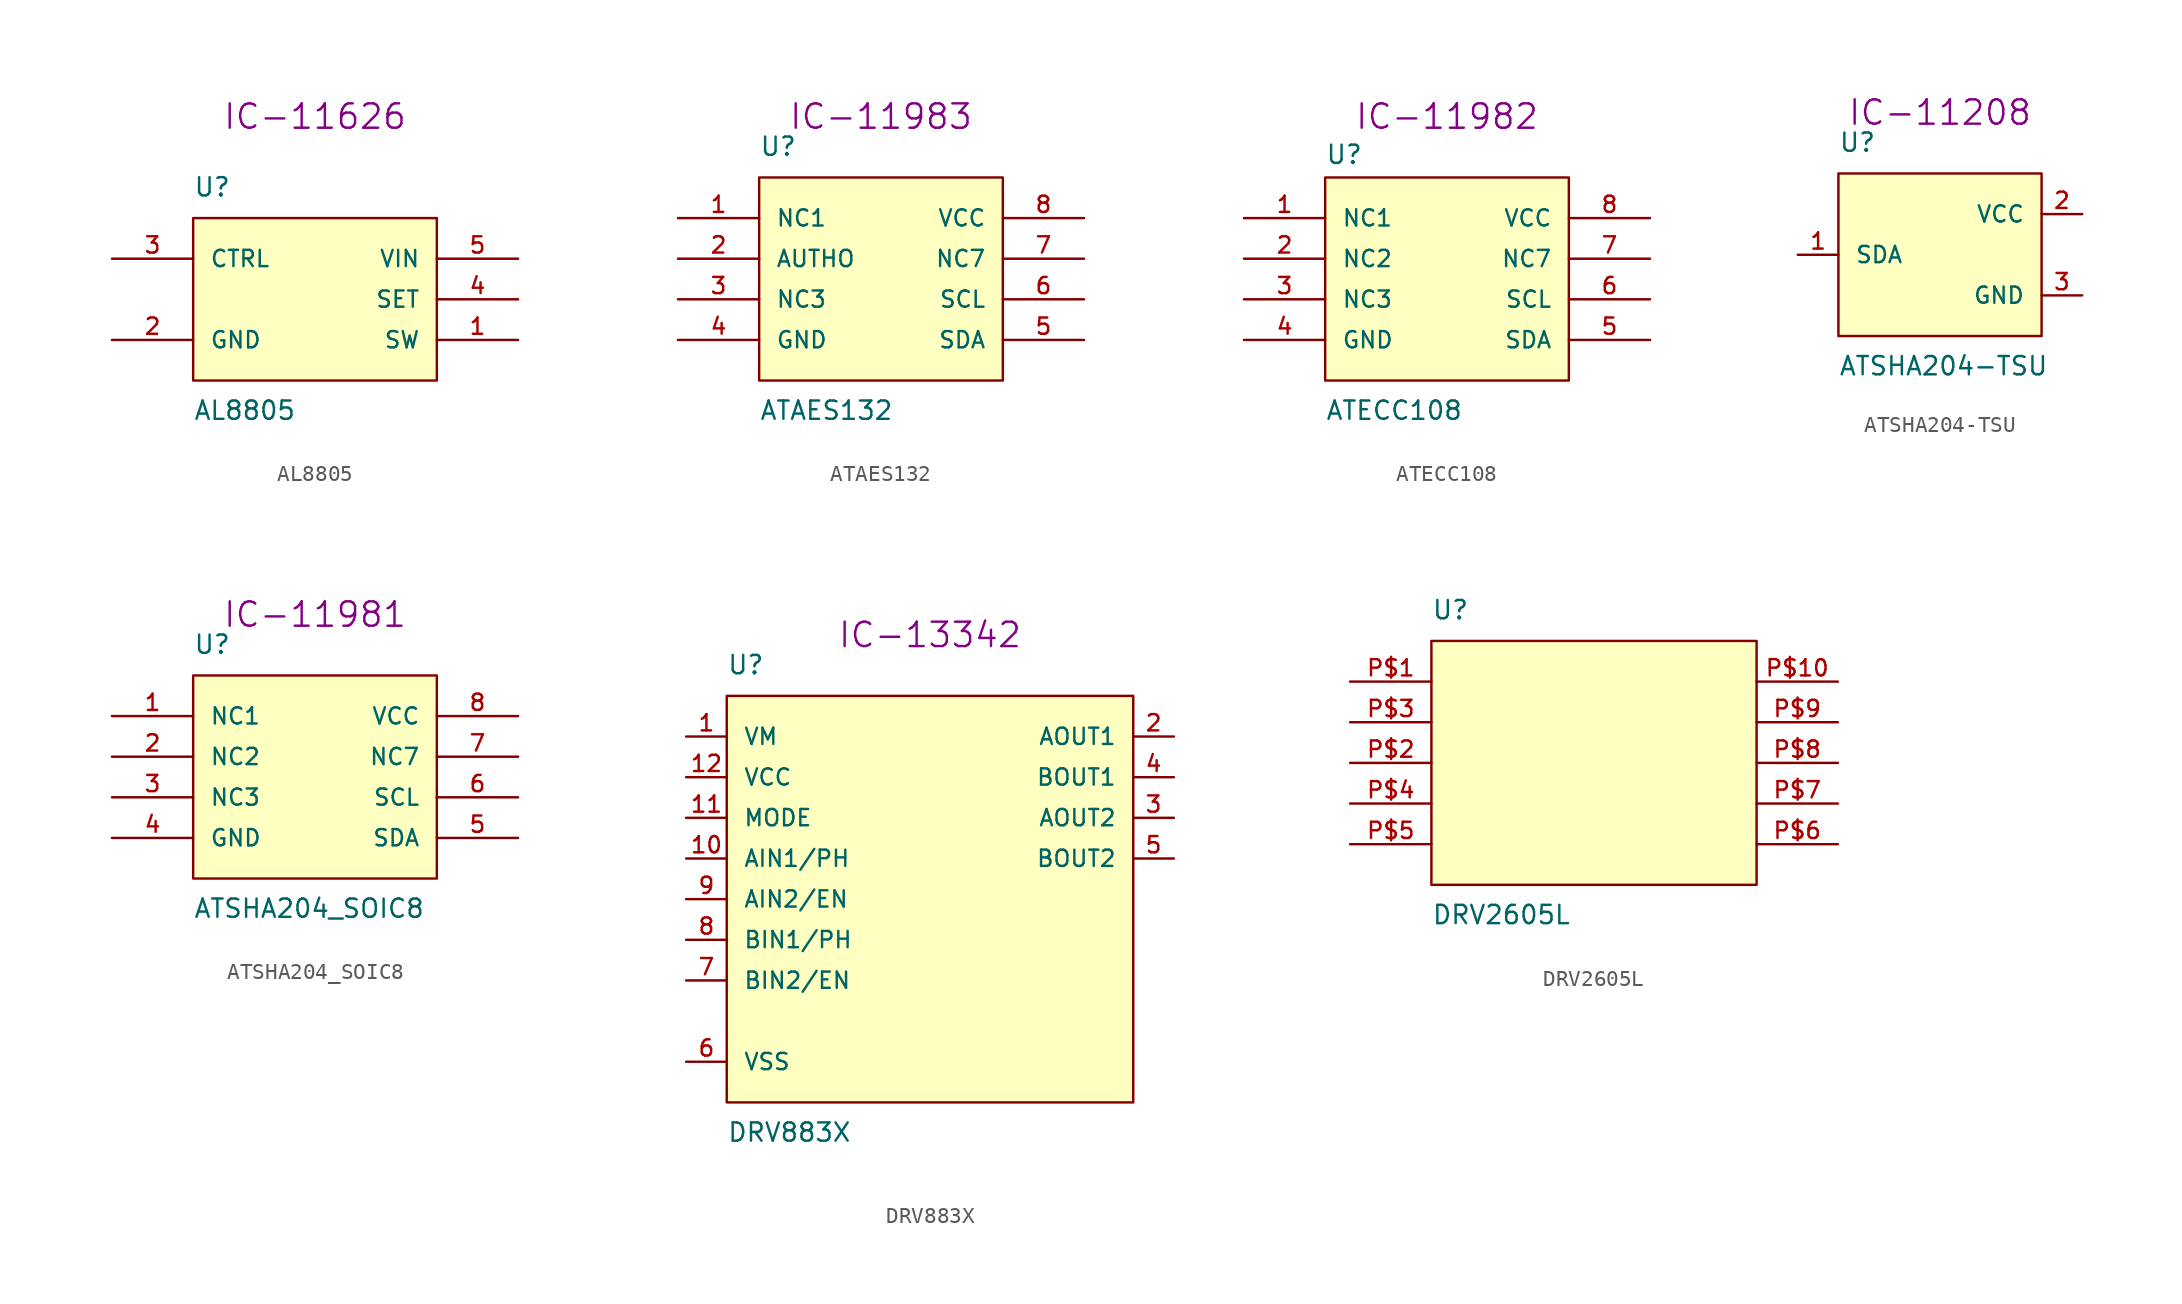
<source format=kicad_sym>
(kicad_symbol_lib
  (version 20220914)
  (generator kicad_symbol_editor)
  (symbol "AL8805"
    (pin_names
      (offset 1.016))
    (property "Reference" "U"
      (at -7.62 6.35 0)
      (effects (font (size 1.143 1.143)) (justify left bottom)))
    (property "Value" "AL8805"
      (at -7.62 -7.62 0)
      (effects (font (size 1.143 1.143)) (justify left bottom)))
    (property "Field4" "IC-11626"
      (at 0 11.43 0)
      (effects (font (size 1.524 1.524))))
    (property "ki_locked" ""
      (at 0 0 0)
      (effects (font (size 1.27 1.27))))
    (symbol "AL8805_1_1"
      (polyline (pts (xy -7.62 -5.08) (xy -7.62 5.08) (xy 7.62 5.08) (xy 7.62 -5.08) (xy -7.62 -5.08)) (stroke (width 0) (type solid)) (fill (type background)))
      (pin bidirectional line (at 12.7 -2.54 180) (length 5.08) (name "SW" (effects (font (size 1.016 1.016)))) (number "1" (effects (font (size 1.016 1.016)))))
      (pin bidirectional line (at -12.7 -2.54 0) (length 5.08) (name "GND" (effects (font (size 1.016 1.016)))) (number "2" (effects (font (size 1.016 1.016)))))
      (pin bidirectional line (at -12.7 2.54 0) (length 5.08) (name "CTRL" (effects (font (size 1.016 1.016)))) (number "3" (effects (font (size 1.016 1.016)))))
      (pin bidirectional line (at 12.7 0 180) (length 5.08) (name "SET" (effects (font (size 1.016 1.016)))) (number "4" (effects (font (size 1.016 1.016)))))
      (pin bidirectional line (at 12.7 2.54 180) (length 5.08) (name "VIN" (effects (font (size 1.016 1.016)))) (number "5" (effects (font (size 1.016 1.016)))))))
  (symbol "ATAES132"
    (pin_names
      (offset 1.016))
    (property "Reference" "U"
      (at -7.62 6.35 0)
      (effects (font (size 1.143 1.143)) (justify left bottom)))
    (property "Value" "ATAES132"
      (at -7.62 -10.16 0)
      (effects (font (size 1.143 1.143)) (justify left bottom)))
    (property "Field4" "IC-11983"
      (at 0 8.89 0)
      (effects (font (size 1.524 1.524))))
    (property "ki_locked" ""
      (at 0 0 0)
      (effects (font (size 1.27 1.27))))
    (symbol "ATAES132_1_1"
      (polyline (pts (xy 7.62 -7.62) (xy -7.62 -7.62) (xy -7.62 5.08) (xy 7.62 5.08) (xy 7.62 -7.62)) (stroke (width 0) (type solid)) (fill (type background)))
      (pin unspecified line (at -12.7 2.54 0) (length 5.08) (name "NC1" (effects (font (size 1.016 1.016)))) (number "1" (effects (font (size 1.016 1.016)))))
      (pin bidirectional line (at -12.7 0 0) (length 5.08) (name "AUTHO" (effects (font (size 1.016 1.016)))) (number "2" (effects (font (size 1.016 1.016)))))
      (pin unspecified line (at -12.7 -2.54 0) (length 5.08) (name "NC3" (effects (font (size 1.016 1.016)))) (number "3" (effects (font (size 1.016 1.016)))))
      (pin power_in line (at -12.7 -5.08 0) (length 5.08) (name "GND" (effects (font (size 1.016 1.016)))) (number "4" (effects (font (size 1.016 1.016)))))
      (pin bidirectional line (at 12.7 -5.08 180) (length 5.08) (name "SDA" (effects (font (size 1.016 1.016)))) (number "5" (effects (font (size 1.016 1.016)))))
      (pin bidirectional line (at 12.7 -2.54 180) (length 5.08) (name "SCL" (effects (font (size 1.016 1.016)))) (number "6" (effects (font (size 1.016 1.016)))))
      (pin unspecified line (at 12.7 0 180) (length 5.08) (name "NC7" (effects (font (size 1.016 1.016)))) (number "7" (effects (font (size 1.016 1.016)))))
      (pin power_in line (at 12.7 2.54 180) (length 5.08) (name "VCC" (effects (font (size 1.016 1.016)))) (number "8" (effects (font (size 1.016 1.016)))))))
  (symbol "ATECC108"
    (pin_names
      (offset 1.016))
    (property "Reference" "U"
      (at -7.62 5.842 0)
      (effects (font (size 1.143 1.143)) (justify left bottom)))
    (property "Value" "ATECC108"
      (at -7.62 -10.16 0)
      (effects (font (size 1.143 1.143)) (justify left bottom)))
    (property "Field4" "IC-11982"
      (at 0 8.89 0)
      (effects (font (size 1.524 1.524))))
    (property "ki_locked" ""
      (at 0 0 0)
      (effects (font (size 1.27 1.27))))
    (symbol "ATECC108_1_1"
      (polyline (pts (xy 7.62 -7.62) (xy -7.62 -7.62) (xy -7.62 5.08) (xy 7.62 5.08) (xy 7.62 -7.62)) (stroke (width 0) (type solid)) (fill (type background)))
      (pin bidirectional line (at -12.7 2.54 0) (length 5.08) (name "NC1" (effects (font (size 1.016 1.016)))) (number "1" (effects (font (size 1.016 1.016)))))
      (pin unspecified line (at -12.7 0 0) (length 5.08) (name "NC2" (effects (font (size 1.016 1.016)))) (number "2" (effects (font (size 1.016 1.016)))))
      (pin unspecified line (at -12.7 -2.54 0) (length 5.08) (name "NC3" (effects (font (size 1.016 1.016)))) (number "3" (effects (font (size 1.016 1.016)))))
      (pin power_in line (at -12.7 -5.08 0) (length 5.08) (name "GND" (effects (font (size 1.016 1.016)))) (number "4" (effects (font (size 1.016 1.016)))))
      (pin bidirectional line (at 12.7 -5.08 180) (length 5.08) (name "SDA" (effects (font (size 1.016 1.016)))) (number "5" (effects (font (size 1.016 1.016)))))
      (pin bidirectional line (at 12.7 -2.54 180) (length 5.08) (name "SCL" (effects (font (size 1.016 1.016)))) (number "6" (effects (font (size 1.016 1.016)))))
      (pin unspecified line (at 12.7 0 180) (length 5.08) (name "NC7" (effects (font (size 1.016 1.016)))) (number "7" (effects (font (size 1.016 1.016)))))
      (pin power_in line (at 12.7 2.54 180) (length 5.08) (name "VCC" (effects (font (size 1.016 1.016)))) (number "8" (effects (font (size 1.016 1.016)))))))
  (symbol "ATSHA204-TSU"
    (pin_names
      (offset 1.016))
    (property "Reference" "U"
      (at -6.35 6.35 0)
      (effects (font (size 1.143 1.143)) (justify left bottom)))
    (property "Value" "ATSHA204-TSU"
      (at -6.35 -7.62 0)
      (effects (font (size 1.143 1.143)) (justify left bottom)))
    (property "Field4" "IC-11208"
      (at 0 8.89 0)
      (effects (font (size 1.524 1.524))))
    (property "ki_locked" ""
      (at 0 0 0)
      (effects (font (size 1.27 1.27))))
    (symbol "ATSHA204-TSU_1_1"
      (polyline (pts (xy -6.35 5.08) (xy -6.35 -5.08) (xy 6.35 -5.08) (xy 6.35 5.08) (xy -6.35 5.08)) (stroke (width 0) (type solid)) (fill (type background)))
      (pin bidirectional line (at -8.89 0 0) (length 2.54) (name "SDA" (effects (font (size 1.016 1.016)))) (number "1" (effects (font (size 1.016 1.016)))))
      (pin bidirectional line (at 8.89 2.54 180) (length 2.54) (name "VCC" (effects (font (size 1.016 1.016)))) (number "2" (effects (font (size 1.016 1.016)))))
      (pin bidirectional line (at 8.89 -2.54 180) (length 2.54) (name "GND" (effects (font (size 1.016 1.016)))) (number "3" (effects (font (size 1.016 1.016)))))))
  (symbol "ATSHA204_SOIC8"
    (pin_names
      (offset 1.016))
    (property "Reference" "U"
      (at -7.62 6.35 0)
      (effects (font (size 1.143 1.143)) (justify left bottom)))
    (property "Value" "ATSHA204_SOIC8"
      (at -7.62 -10.16 0)
      (effects (font (size 1.143 1.143)) (justify left bottom)))
    (property "Field4" "IC-11981"
      (at 0 8.89 0)
      (effects (font (size 1.524 1.524))))
    (property "ki_locked" ""
      (at 0 0 0)
      (effects (font (size 1.27 1.27))))
    (symbol "ATSHA204_SOIC8_1_1"
      (polyline (pts (xy 7.62 -7.62) (xy -7.62 -7.62) (xy -7.62 5.08) (xy 7.62 5.08) (xy 7.62 -7.62)) (stroke (width 0) (type solid)) (fill (type background)))
      (pin unspecified line (at -12.7 2.54 0) (length 5.08) (name "NC1" (effects (font (size 1.016 1.016)))) (number "1" (effects (font (size 1.016 1.016)))))
      (pin unspecified line (at -12.7 0 0) (length 5.08) (name "NC2" (effects (font (size 1.016 1.016)))) (number "2" (effects (font (size 1.016 1.016)))))
      (pin unspecified line (at -12.7 -2.54 0) (length 5.08) (name "NC3" (effects (font (size 1.016 1.016)))) (number "3" (effects (font (size 1.016 1.016)))))
      (pin power_in line (at -12.7 -5.08 0) (length 5.08) (name "GND" (effects (font (size 1.016 1.016)))) (number "4" (effects (font (size 1.016 1.016)))))
      (pin bidirectional line (at 12.7 -5.08 180) (length 5.08) (name "SDA" (effects (font (size 1.016 1.016)))) (number "5" (effects (font (size 1.016 1.016)))))
      (pin bidirectional line (at 12.7 -2.54 180) (length 5.08) (name "SCL" (effects (font (size 1.016 1.016)))) (number "6" (effects (font (size 1.016 1.016)))))
      (pin unspecified line (at 12.7 0 180) (length 5.08) (name "NC7" (effects (font (size 1.016 1.016)))) (number "7" (effects (font (size 1.016 1.016)))))
      (pin power_in line (at 12.7 2.54 180) (length 5.08) (name "VCC" (effects (font (size 1.016 1.016)))) (number "8" (effects (font (size 1.016 1.016)))))))
  (symbol "DRV883X"
    (pin_names
      (offset 1.016))
    (property "Reference" "U"
      (at -12.7 13.97 0)
      (effects (font (size 1.143 1.143)) (justify left bottom)))
    (property "Value" "DRV883X"
      (at -12.7 -15.24 0)
      (effects (font (size 1.143 1.143)) (justify left bottom)))
    (property "Field4" "IC-13342"
      (at 0 16.51 0)
      (effects (font (size 1.524 1.524))))
    (property "ki_locked" ""
      (at 0 0 0)
      (effects (font (size 1.27 1.27))))
    (symbol "DRV883X_0_1"
      (rectangle (start -12.7 12.7) (end 12.7 -12.7) (stroke (width 0) (type solid)) (fill (type background))))
    (symbol "DRV883X_1_1"
      (pin bidirectional line (at -15.24 10.16 0) (length 2.54) (name "VM" (effects (font (size 1.016 1.016)))) (number "1" (effects (font (size 1.016 1.016)))))
      (pin bidirectional line (at -15.24 2.54 0) (length 2.54) (name "AIN1/PH" (effects (font (size 1.016 1.016)))) (number "10" (effects (font (size 1.016 1.016)))))
      (pin bidirectional line (at -15.24 5.08 0) (length 2.54) (name "MODE" (effects (font (size 1.016 1.016)))) (number "11" (effects (font (size 1.016 1.016)))))
      (pin bidirectional line (at -15.24 7.62 0) (length 2.54) (name "VCC" (effects (font (size 1.016 1.016)))) (number "12" (effects (font (size 1.016 1.016)))))
      (pin bidirectional line (at 15.24 10.16 180) (length 2.54) (name "AOUT1" (effects (font (size 1.016 1.016)))) (number "2" (effects (font (size 1.016 1.016)))))
      (pin bidirectional line (at 15.24 5.08 180) (length 2.54) (name "AOUT2" (effects (font (size 1.016 1.016)))) (number "3" (effects (font (size 1.016 1.016)))))
      (pin bidirectional line (at 15.24 7.62 180) (length 2.54) (name "BOUT1" (effects (font (size 1.016 1.016)))) (number "4" (effects (font (size 1.016 1.016)))))
      (pin bidirectional line (at 15.24 2.54 180) (length 2.54) (name "BOUT2" (effects (font (size 1.016 1.016)))) (number "5" (effects (font (size 1.016 1.016)))))
      (pin bidirectional line (at -15.24 -10.16 0) (length 2.54) (name "VSS" (effects (font (size 1.016 1.016)))) (number "6" (effects (font (size 1.016 1.016)))))
      (pin bidirectional line (at -15.24 -5.08 0) (length 2.54) (name "BIN2/EN" (effects (font (size 1.016 1.016)))) (number "7" (effects (font (size 1.016 1.016)))))
      (pin bidirectional line (at -15.24 -2.54 0) (length 2.54) (name "BIN1/PH" (effects (font (size 1.016 1.016)))) (number "8" (effects (font (size 1.016 1.016)))))
      (pin bidirectional line (at -15.24 0 0) (length 2.54) (name "AIN2/EN" (effects (font (size 1.016 1.016)))) (number "9" (effects (font (size 1.016 1.016)))))
      (pin bidirectional line (at -15.24 -10.16 0) (length 2.54) hide (name "VSS" (effects (font (size 1.016 1.016)))) (number "PAD" (effects (font (size 1.016 1.016)))))))
  (symbol "DRV2605L"
    (pin_names
      (offset 1.016) hide)
    (property "Reference" "U"
      (at -10.16 8.89 0)
      (effects (font (size 1.143 1.143)) (justify left bottom)))
    (property "Value" "DRV2605L"
      (at -10.16 -10.16 0)
      (effects (font (size 1.143 1.143)) (justify left bottom)))
    (property "ki_locked" ""
      (at 0 0 0)
      (effects (font (size 1.27 1.27))))
    (symbol "DRV2605L_1_1"
      (polyline (pts (xy -10.16 7.62) (xy -10.16 -7.62) (xy 10.16 -7.62) (xy 10.16 7.62) (xy -10.16 7.62)) (stroke (width 0) (type solid)) (fill (type background)))
      (pin bidirectional line (at -15.24 5.08 0) (length 5.08) (name "REG" (effects (font (size 1.016 1.016)))) (number "P$1" (effects (font (size 1.016 1.016)))))
      (pin bidirectional line (at 15.24 5.08 180) (length 5.08) (name "VDD" (effects (font (size 1.016 1.016)))) (number "P$10" (effects (font (size 1.016 1.016)))))
      (pin bidirectional line (at -15.24 0 0) (length 5.08) (name "SCL" (effects (font (size 1.016 1.016)))) (number "P$2" (effects (font (size 1.016 1.016)))))
      (pin bidirectional line (at -15.24 2.54 0) (length 5.08) (name "SDA" (effects (font (size 1.016 1.016)))) (number "P$3" (effects (font (size 1.016 1.016)))))
      (pin bidirectional line (at -15.24 -2.54 0) (length 5.08) (name "IN/TRIG" (effects (font (size 1.016 1.016)))) (number "P$4" (effects (font (size 1.016 1.016)))))
      (pin bidirectional line (at -15.24 -5.08 0) (length 5.08) (name "EN" (effects (font (size 1.016 1.016)))) (number "P$5" (effects (font (size 1.016 1.016)))))
      (pin bidirectional line (at 15.24 -5.08 180) (length 5.08) (name "VDD/NC" (effects (font (size 1.016 1.016)))) (number "P$6" (effects (font (size 1.016 1.016)))))
      (pin bidirectional line (at 15.24 -2.54 180) (length 5.08) (name "OUT+" (effects (font (size 1.016 1.016)))) (number "P$7" (effects (font (size 1.016 1.016)))))
      (pin bidirectional line (at 15.24 0 180) (length 5.08) (name "GND" (effects (font (size 1.016 1.016)))) (number "P$8" (effects (font (size 1.016 1.016)))))
      (pin bidirectional line (at 15.24 2.54 180) (length 5.08) (name "OUT-" (effects (font (size 1.016 1.016)))) (number "P$9" (effects (font (size 1.016 1.016))))))))
</source>
